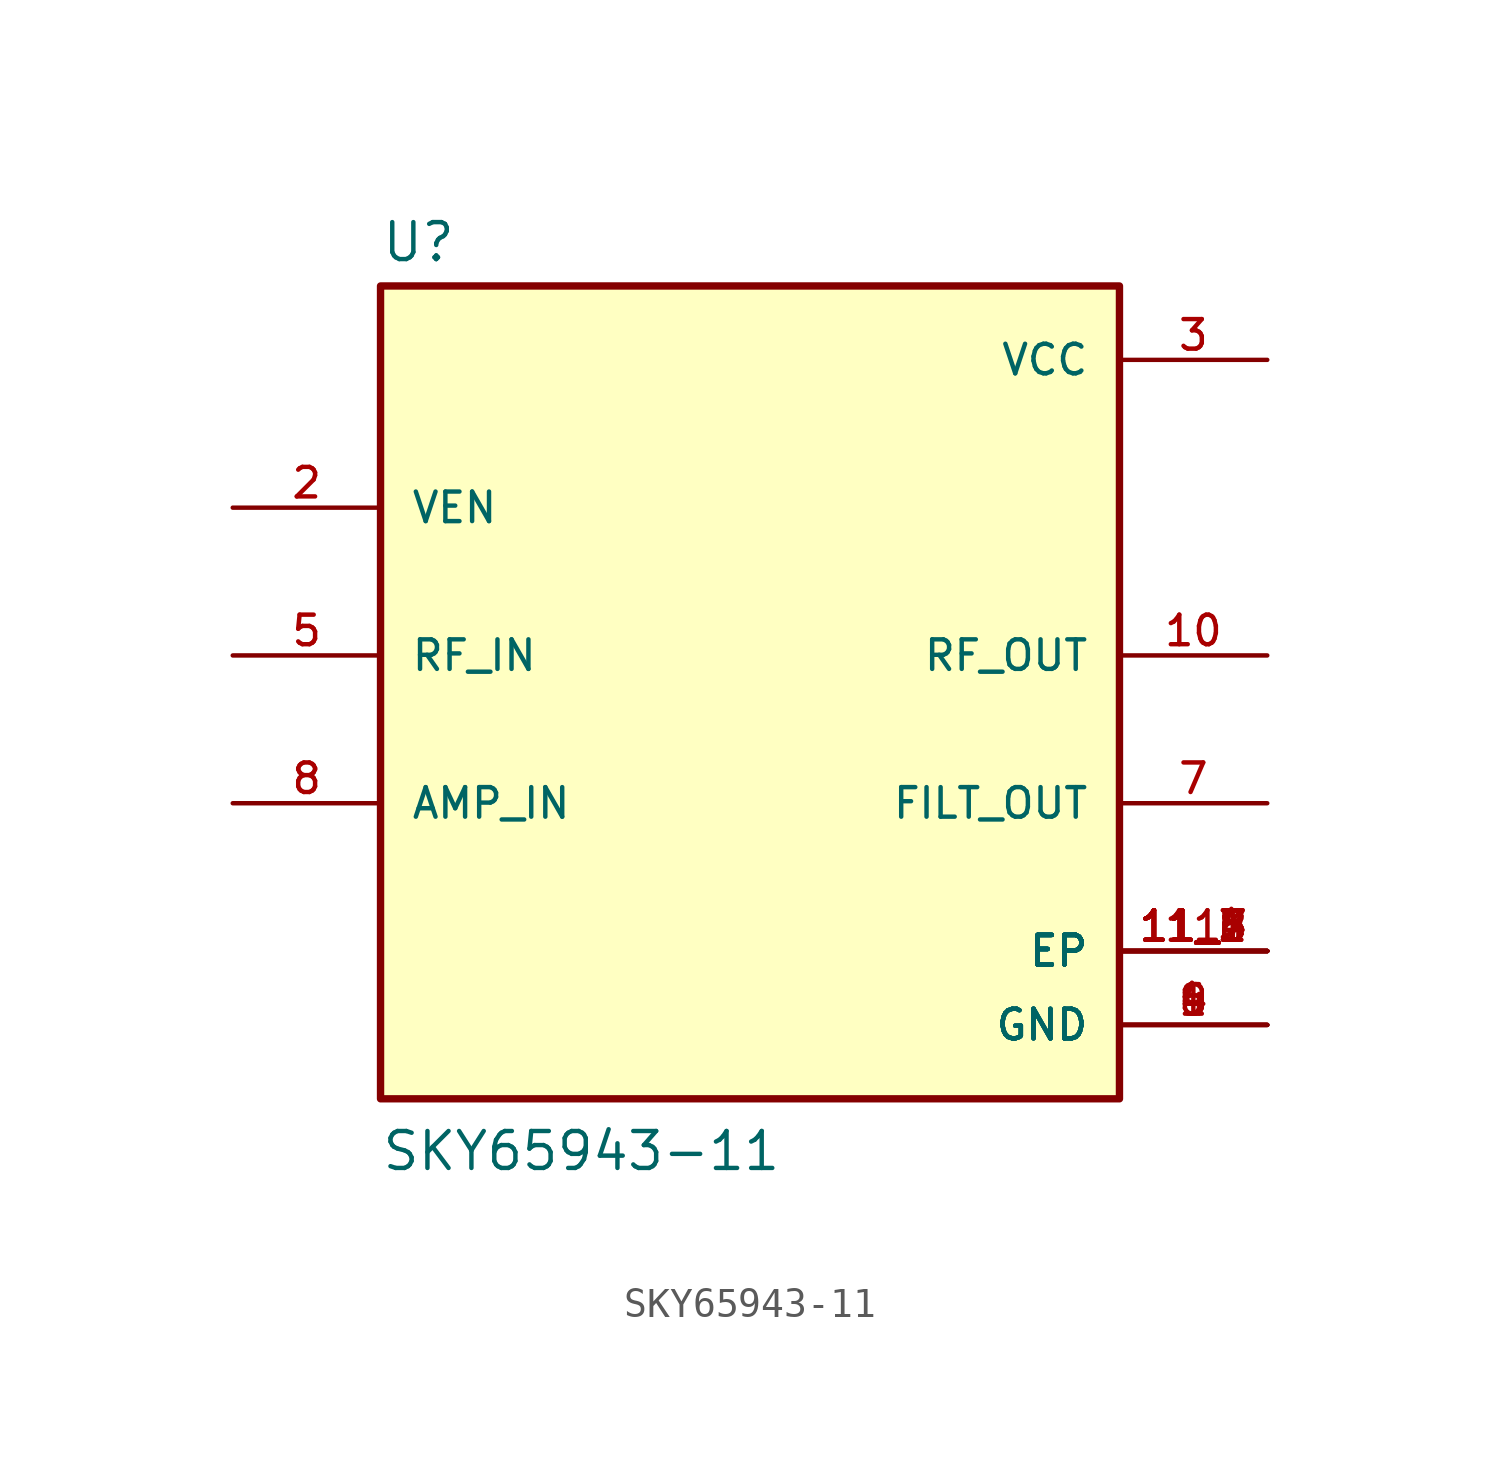
<source format=kicad_sym>
(kicad_symbol_lib
  (version 20211014)
  (generator kicad_symbol_editor)
  (symbol "SKY65943-11"
    (pin_names
      (offset 1.016))
    (property "Reference" "U"
      (at -12.7 13.462 0)
      (effects (font (size 1.27 1.27)) (justify bottom left)))
    (property "Value" "SKY65943-11"
      (at -12.7 -17.78 0)
      (effects (font (size 1.27 1.27)) (justify bottom left)))
    (symbol "SKY65943-11_0_0"
      (rectangle (start -12.7 -15.24) (end 12.7 12.7) (stroke (width 0.254)) (fill (type background)))
      (pin power_in line (at 17.78 -12.7 180.0) (length 5.08) (name "GND" (effects (font (size 1.016 1.016)))) (number "1" (effects (font (size 1.016 1.016)))))
      (pin power_in line (at 17.78 -12.7 180.0) (length 5.08) (name "GND" (effects (font (size 1.016 1.016)))) (number "4" (effects (font (size 1.016 1.016)))))
      (pin power_in line (at 17.78 -12.7 180.0) (length 5.08) (name "GND" (effects (font (size 1.016 1.016)))) (number "6" (effects (font (size 1.016 1.016)))))
      (pin power_in line (at 17.78 -12.7 180.0) (length 5.08) (name "GND" (effects (font (size 1.016 1.016)))) (number "9" (effects (font (size 1.016 1.016)))))
      (pin input line (at -17.78 5.08 0) (length 5.08) (name "VEN" (effects (font (size 1.016 1.016)))) (number "2" (effects (font (size 1.016 1.016)))))
      (pin power_in line (at 17.78 10.16 180.0) (length 5.08) (name "VCC" (effects (font (size 1.016 1.016)))) (number "3" (effects (font (size 1.016 1.016)))))
      (pin input line (at -17.78 0.0 0) (length 5.08) (name "RF_IN" (effects (font (size 1.016 1.016)))) (number "5" (effects (font (size 1.016 1.016)))))
      (pin output line (at 17.78 -5.08 180.0) (length 5.08) (name "FILT_OUT" (effects (font (size 1.016 1.016)))) (number "7" (effects (font (size 1.016 1.016)))))
      (pin input line (at -17.78 -5.08 0) (length 5.08) (name "AMP_IN" (effects (font (size 1.016 1.016)))) (number "8" (effects (font (size 1.016 1.016)))))
      (pin output line (at 17.78 0.0 180.0) (length 5.08) (name "RF_OUT" (effects (font (size 1.016 1.016)))) (number "10" (effects (font (size 1.016 1.016)))))
      (pin power_in line (at 17.78 -10.16 180.0) (length 5.08) (name "EP" (effects (font (size 1.016 1.016)))) (number "11" (effects (font (size 1.016 1.016)))))
      (pin power_in line (at 17.78 -10.16 180.0) (length 5.08) (name "EP" (effects (font (size 1.016 1.016)))) (number "11_1" (effects (font (size 1.016 1.016)))))
      (pin power_in line (at 17.78 -10.16 180.0) (length 5.08) (name "EP" (effects (font (size 1.016 1.016)))) (number "11_2" (effects (font (size 1.016 1.016)))))
      (pin power_in line (at 17.78 -10.16 180.0) (length 5.08) (name "EP" (effects (font (size 1.016 1.016)))) (number "11_3" (effects (font (size 1.016 1.016)))))
      (pin power_in line (at 17.78 -10.16 180.0) (length 5.08) (name "EP" (effects (font (size 1.016 1.016)))) (number "11_4" (effects (font (size 1.016 1.016)))))
      (pin power_in line (at 17.78 -10.16 180.0) (length 5.08) (name "EP" (effects (font (size 1.016 1.016)))) (number "11_5" (effects (font (size 1.016 1.016)))))
      (pin power_in line (at 17.78 -10.16 180.0) (length 5.08) (name "EP" (effects (font (size 1.016 1.016)))) (number "11_6" (effects (font (size 1.016 1.016)))))
      (pin power_in line (at 17.78 -10.16 180.0) (length 5.08) (name "EP" (effects (font (size 1.016 1.016)))) (number "11_7" (effects (font (size 1.016 1.016)))))
      (pin power_in line (at 17.78 -10.16 180.0) (length 5.08) (name "EP" (effects (font (size 1.016 1.016)))) (number "11_8" (effects (font (size 1.016 1.016))))))))
</source>
